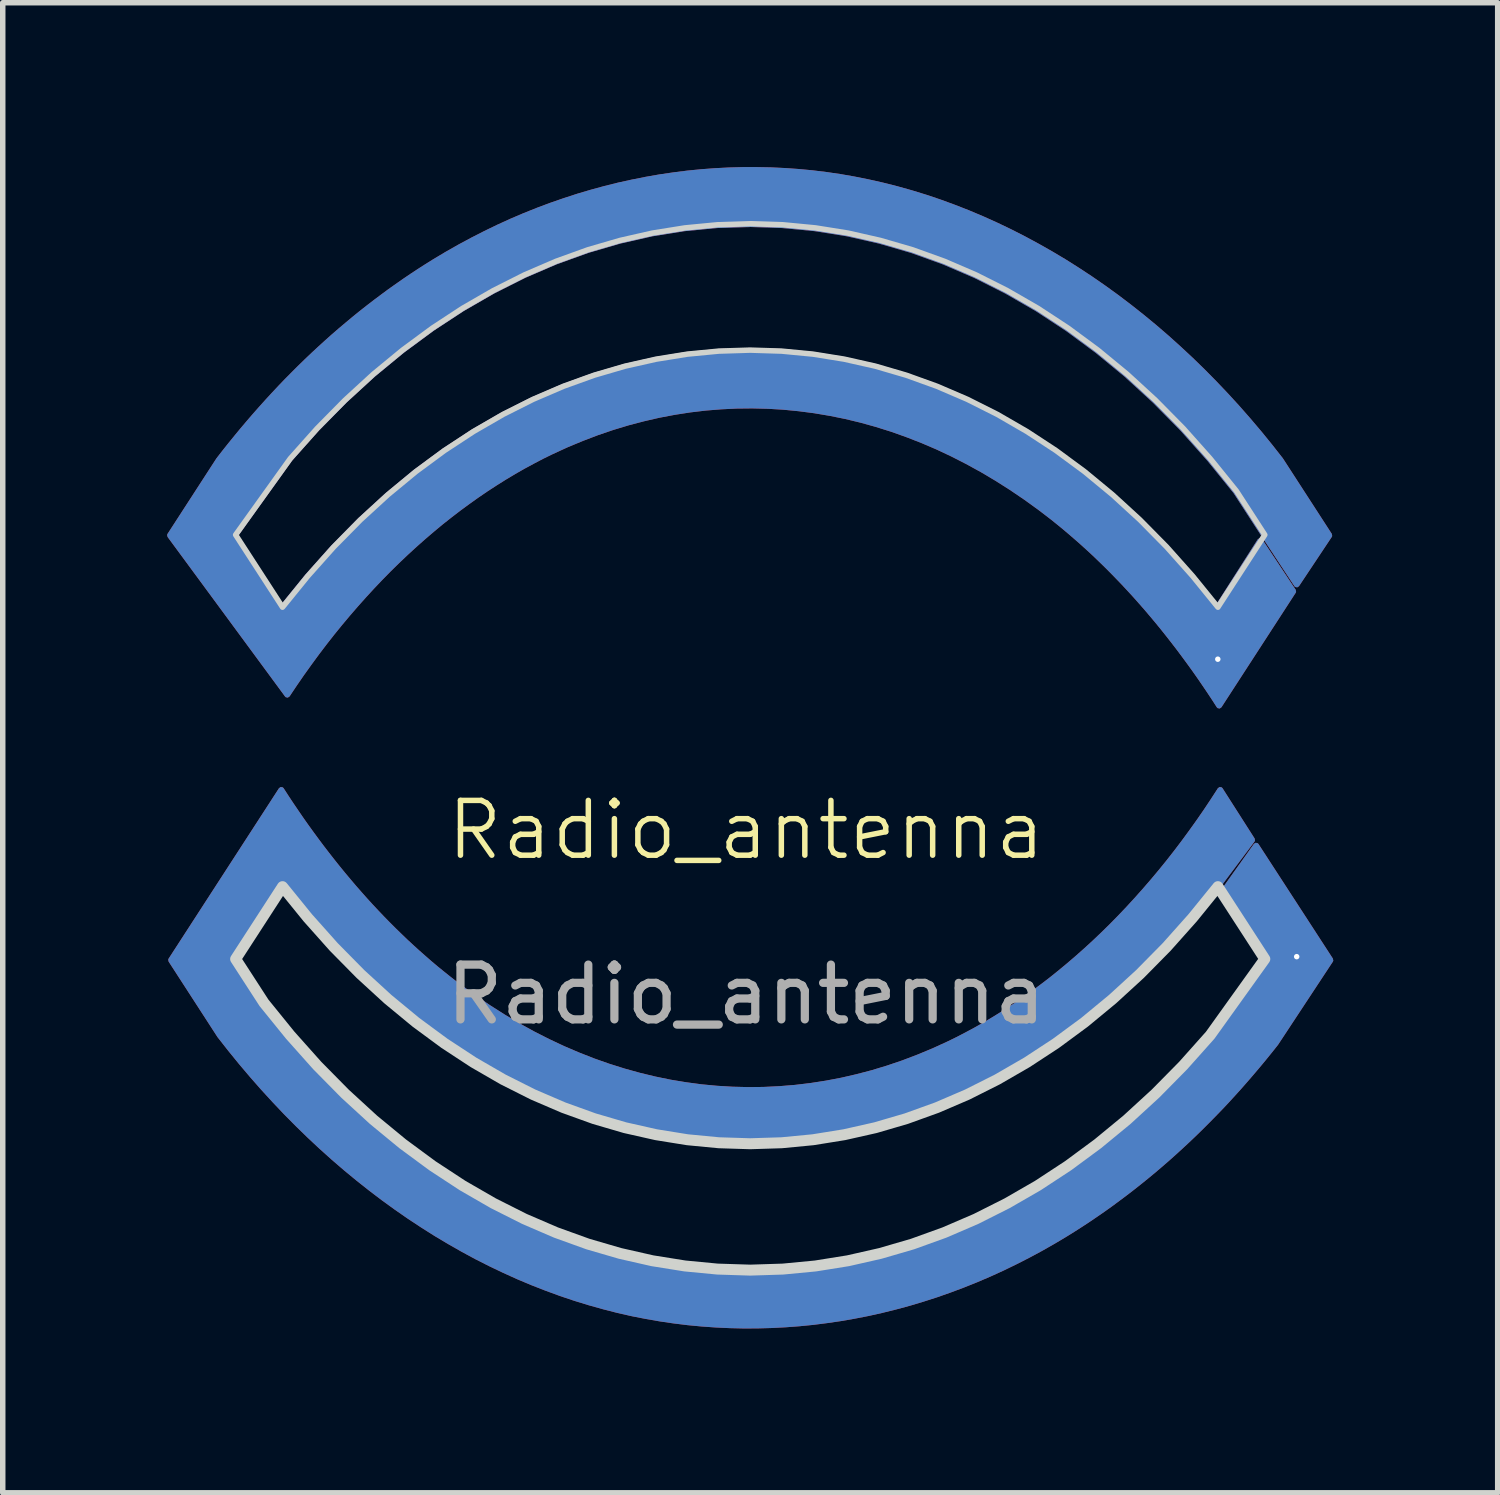
<source format=kicad_pcb>
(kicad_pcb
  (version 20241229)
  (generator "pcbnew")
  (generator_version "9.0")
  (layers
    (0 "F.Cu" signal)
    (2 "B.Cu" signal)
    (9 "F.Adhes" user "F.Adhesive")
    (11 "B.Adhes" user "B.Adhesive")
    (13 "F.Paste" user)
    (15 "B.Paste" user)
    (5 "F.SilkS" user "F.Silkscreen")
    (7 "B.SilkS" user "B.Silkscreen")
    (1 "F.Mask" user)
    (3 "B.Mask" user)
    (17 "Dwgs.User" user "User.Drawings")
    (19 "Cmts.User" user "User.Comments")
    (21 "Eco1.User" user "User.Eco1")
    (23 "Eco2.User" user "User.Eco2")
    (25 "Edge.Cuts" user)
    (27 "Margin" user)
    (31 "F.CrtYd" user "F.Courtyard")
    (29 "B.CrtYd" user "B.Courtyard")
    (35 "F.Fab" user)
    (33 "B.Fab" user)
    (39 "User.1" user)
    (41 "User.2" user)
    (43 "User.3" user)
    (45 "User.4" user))
  (footprint "Radio_antenna"
    (layer "F.Cu")
    (at 10.57 12.603)
    (property "Reference" "Radio_antenna" (at 0 -0.5 0) (unlocked yes) (layer "F.SilkS") (effects (font (size 1 1) (thickness 0.1))))
    (fp_poly (pts (xy -9.319 1.853) (xy -8.801 2.653) (xy -8.322 3.244) (xy -7.829 3.797) (xy -7.322 4.311) (xy -6.802 4.788) (xy -6.27 5.226) (xy -5.728 5.626) (xy -5.176 5.988) (xy -4.614 6.312) (xy -4.046 6.598) (xy -3.47 6.846) (xy -2.888 7.056) (xy -2.301 7.227) (xy -1.711 7.361) (xy -1.117 7.456) (xy -0.522 7.513) (xy 0.074 7.532) (xy 0.671 7.513) (xy 1.266 7.456) (xy 1.86 7.361) (xy 2.45 7.227) (xy 3.037 7.056) (xy 3.619 6.846) (xy 4.195 6.598) (xy 4.763 6.312) (xy 5.325 5.988) (xy 5.877 5.626) (xy 6.419 5.226) (xy 6.951 4.788) (xy 7.471 4.311) (xy 7.978 3.797) (xy 8.471 3.244) (xy 9.468 1.853) (xy 8.612 0.532) (xy 8.151 1.1) (xy 7.677 1.632) (xy 7.189 2.127) (xy 6.689 2.585) (xy 6.178 3.007) (xy 5.656 3.392) (xy 5.125 3.74) (xy 4.585 4.052) (xy 4.038 4.327) (xy 3.484 4.565) (xy 2.924 4.767) (xy 2.36 4.932) (xy 1.792 5.06) (xy 1.221 5.152) (xy 0.648 5.207) (xy 0.074 5.225) (xy -0.499 5.207) (xy -1.072 5.152) (xy -1.643 5.06) (xy -2.211 4.932) (xy -2.775 4.767) (xy -3.335 4.565) (xy -3.889 4.327) (xy -4.436 4.052) (xy -4.976 3.74) (xy -5.507 3.392) (xy -6.029 3.007) (xy -6.54 2.585) (xy -7.04 2.127) (xy -7.528 1.632) (xy -8.002 1.1) (xy -8.463 0.532)) (stroke (width 0.2) (type solid)) (fill no) (layer "Edge.Cuts"))
    (fp_poly (pts (xy 8.612 -4.569) (xy 9.468 -5.89) (xy 8.949 -6.69) (xy 8.471 -7.281) (xy 7.978 -7.834) (xy 7.471 -8.348) (xy 6.951 -8.825) (xy 6.419 -9.263) (xy 5.877 -9.663) (xy 5.325 -10.025) (xy 4.763 -10.349) (xy 4.195 -10.635) (xy 3.619 -10.883) (xy 3.037 -11.093) (xy 2.45 -11.264) (xy 1.86 -11.398) (xy 1.266 -11.493) (xy 0.671 -11.55) (xy 0.074 -11.569) (xy -0.522 -11.55) (xy -1.117 -11.493) (xy -1.711 -11.398) (xy -2.301 -11.264) (xy -2.888 -11.093) (xy -3.47 -10.883) (xy -4.046 -10.635) (xy -4.614 -10.349) (xy -5.176 -10.025) (xy -5.728 -9.663) (xy -6.27 -9.263) (xy -6.802 -8.825) (xy -7.322 -8.348) (xy -7.829 -7.834) (xy -8.322 -7.281) (xy -9.319 -5.89) (xy -8.463 -4.569) (xy -8.002 -5.137) (xy -7.528 -5.669) (xy -7.04 -6.164) (xy -6.54 -6.622) (xy -6.029 -7.044) (xy -5.507 -7.429) (xy -4.976 -7.777) (xy -4.436 -8.089) (xy -3.889 -8.364) (xy -3.335 -8.602) (xy -2.775 -8.804) (xy -2.211 -8.969) (xy -1.643 -9.097) (xy -1.072 -9.189) (xy -0.499 -9.244) (xy 0.074 -9.262) (xy 0.648 -9.244) (xy 1.221 -9.189) (xy 1.792 -9.097) (xy 2.36 -8.969) (xy 2.924 -8.804) (xy 3.484 -8.602) (xy 4.038 -8.364) (xy 4.585 -8.089) (xy 5.125 -7.777) (xy 5.656 -7.429) (xy 6.178 -7.044) (xy 6.689 -6.622) (xy 7.189 -6.164) (xy 7.677 -5.669) (xy 8.151 -5.137)) (stroke (width 0.1) (type solid)) (fill no) (layer "Edge.Cuts"))
    (fp_text user "${REFERENCE}" (at 0 2.5 0) (unlocked yes) (layer "F.Fab") (effects (font (size 1 1) (thickness 0.15))))
    (pad "1" thru_hole custom (at 10.05 1.81) (size 1.004 1.004) (drill 0.1) (layers "*.Cu" "*.Mask") (options (anchor circle)) (primitives (gr_poly (pts (xy -0.74 -2.03) (xy -1.36 -1.16) (xy -0.572 0.063) (xy -1.091 0.863) (xy -1.569 1.454) (xy -2.062 2.007) (xy -2.569 2.521) (xy -3.089 2.998) (xy -3.621 3.436) (xy -4.163 3.836) (xy -4.715 4.198) (xy -5.277 4.522) (xy -5.845 4.808) (xy -6.421 5.056) (xy -7.003 5.266) (xy -7.59 5.437) (xy -8.18 5.571) (xy -8.774 5.666) (xy -9.369 5.723) (xy -9.966 5.742) (xy -10.562 5.723) (xy -11.157 5.666) (xy -11.751 5.571) (xy -12.341 5.437) (xy -12.928 5.266) (xy -13.51 5.056) (xy -14.086 4.808) (xy -14.654 4.522) (xy -15.216 4.198) (xy -15.768 3.836) (xy -16.31 3.436) (xy -16.842 2.998) (xy -17.362 2.521) (xy -17.869 2.007) (xy -18.362 1.454) (xy -18.841 0.863) (xy -19.359 0.063) (xy -18.503 -1.258) (xy -18.042 -0.69) (xy -17.568 -0.158) (xy -17.08 0.337) (xy -16.58 0.795) (xy -16.069 1.217) (xy -15.547 1.602) (xy -15.016 1.95) (xy -14.476 2.262) (xy -13.929 2.537) (xy -13.375 2.775) (xy -12.815 2.977) (xy -12.251 3.142) (xy -11.683 3.27) (xy -11.112 3.362) (xy -10.539 3.417) (xy -9.966 3.435) (xy -9.392 3.417) (xy -8.819 3.362) (xy -8.248 3.27) (xy -7.68 3.142) (xy -7.116 2.977) (xy -6.556 2.775) (xy -6.002 2.537) (xy -5.455 2.262) (xy -4.915 1.95) (xy -4.384 1.602) (xy -3.862 1.217) (xy -3.351 0.795) (xy -2.851 0.337) (xy -2.363 -0.158) (xy -1.889 -0.69) (xy -0.81 -2.13) (xy -1.396 -3.048) (xy -1.525 -2.849) (xy -1.656 -2.652) (xy -1.789 -2.46) (xy -1.925 -2.27) (xy -2.062 -2.083) (xy -2.201 -1.9) (xy -2.342 -1.72) (xy -2.485 -1.544) (xy -2.63 -1.371) (xy -2.777 -1.201) (xy -2.925 -1.035) (xy -3.075 -0.872) (xy -3.226 -0.713) (xy -3.379 -0.557) (xy -3.534 -0.405) (xy -3.69 -0.257) (xy -3.848 -0.112) (xy -4.007 0.029) (xy -4.167 0.166) (xy -4.329 0.3) (xy -4.491 0.43) (xy -4.655 0.555) (xy -4.821 0.677) (xy -4.987 0.795) (xy -5.154 0.909) (xy -5.323 1.019) (xy -5.492 1.125) (xy -5.662 1.227) (xy -5.834 1.325) (xy -6.006 1.418) (xy -6.178 1.508) (xy -6.352 1.593) (xy -6.627 1.719) (xy -6.904 1.834) (xy -7.182 1.94) (xy -7.462 2.035) (xy -7.742 2.12) (xy -8.024 2.194) (xy -8.306 2.259) (xy -8.59 2.313) (xy -8.874 2.357) (xy -9.158 2.391) (xy -9.443 2.414) (xy -9.728 2.428) (xy -10.013 2.431) (xy -10.298 2.424) (xy -10.583 2.407) (xy -10.868 2.38) (xy -11.152 2.342) (xy -11.436 2.295) (xy -11.718 2.237) (xy -12 2.169) (xy -12.281 2.091) (xy -12.561 2.003) (xy -12.84 1.905) (xy -13.117 1.796) (xy -13.393 1.678) (xy -13.667 1.549) (xy -13.939 1.411) (xy -14.209 1.262) (xy -14.477 1.103) (xy -14.743 0.934) (xy -15.007 0.755) (xy -15.268 0.566) (xy -15.381 0.481) (xy -15.494 0.393) (xy -15.606 0.303) (xy -15.718 0.212) (xy -15.828 0.119) (xy -15.938 0.023) (xy -16.048 -0.074) (xy -16.157 -0.173) (xy -16.265 -0.273) (xy -16.372 -0.376) (xy -16.479 -0.48) (xy -16.585 -0.586) (xy -16.691 -0.694) (xy -16.795 -0.803) (xy -16.899 -0.914) (xy -17.002 -1.027) (xy -17.104 -1.142) (xy -17.206 -1.258) (xy -17.306 -1.376) (xy -17.406 -1.495) (xy -17.505 -1.616) (xy -17.603 -1.739) (xy -17.7 -1.863) (xy -17.797 -1.989) (xy -17.892 -2.116) (xy -17.987 -2.245) (xy -18.081 -2.375) (xy -18.174 -2.507) (xy -18.265 -2.64) (xy -18.356 -2.774) (xy -18.446 -2.91) (xy -18.535 -3.048) (xy -20.55 0.063) (xy -19.658 1.441) (xy -19.465 1.687) (xy -19.269 1.928) (xy -19.069 2.164) (xy -18.866 2.395) (xy -18.659 2.621) (xy -18.45 2.842) (xy -18.237 3.057) (xy -18.021 3.267) (xy -17.802 3.472) (xy -17.58 3.671) (xy -17.356 3.864) (xy -17.128 4.052) (xy -16.898 4.234) (xy -16.665 4.411) (xy -16.43 4.581) (xy -16.192 4.746) (xy -15.952 4.904) (xy -15.71 5.057) (xy -15.465 5.203) (xy -15.218 5.344) (xy -14.97 5.478) (xy -14.719 5.605) (xy -14.466 5.726) (xy -14.212 5.841) (xy -13.955 5.949) (xy -13.697 6.05) (xy -13.438 6.145) (xy -13.177 6.233) (xy -12.914 6.314) (xy -12.65 6.388) (xy -12.385 6.456) (xy -12.119 6.516) (xy -11.868 6.565) (xy -11.616 6.609) (xy -11.364 6.646) (xy -11.112 6.677) (xy -10.859 6.701) (xy -10.605 6.719) (xy -10.352 6.731) (xy -10.098 6.737) (xy -9.845 6.736) (xy -9.591 6.729) (xy -9.337 6.716) (xy -9.084 6.697) (xy -8.831 6.672) (xy -8.579 6.64) (xy -8.326 6.603) (xy -8.075 6.559) (xy -7.824 6.51) (xy -7.574 6.454) (xy -7.325 6.392) (xy -7.077 6.325) (xy -6.83 6.251) (xy -6.584 6.172) (xy -6.339 6.086) (xy -6.096 5.995) (xy -5.854 5.898) (xy -5.613 5.795) (xy -5.374 5.686) (xy -5.137 5.571) (xy -4.902 5.451) (xy -4.668 5.325) (xy -4.436 5.193) (xy -4.207 5.056) (xy -4.071 4.971) (xy -3.935 4.884) (xy -3.8 4.795) (xy -3.666 4.704) (xy -3.533 4.612) (xy -3.4 4.517) (xy -3.269 4.42) (xy -3.138 4.322) (xy -3.008 4.222) (xy -2.879 4.12) (xy -2.75 4.016) (xy -2.623 3.911) (xy -2.496 3.803) (xy -2.37 3.694) (xy -2.246 3.583) (xy -2.122 3.47) (xy -1.999 3.356) (xy -1.877 3.24) (xy -1.756 3.122) (xy -1.636 3.002) (xy -1.517 2.881) (xy -1.398 2.758) (xy -1.281 2.634) (xy -1.165 2.507) (xy -1.05 2.38) (xy -0.936 2.25) (xy -0.823 2.119) (xy -0.711 1.987) (xy -0.6 1.853) (xy -0.49 1.717) (xy -0.381 1.58) (xy 0.619 0.063)) (width 0.1) (fill yes))))
    (pad "2" thru_hole custom (at 8.61 -3.62) (size 0.862 0.862) (drill 0.1) (layers "*.Cu" "*.Mask") (options (anchor circle)) (primitives (gr_poly (pts (xy 1.44 -1.36) (xy 0.848 -2.26) (xy 0.329 -3.06) (xy -0.149 -3.651) (xy -0.642 -4.204) (xy -1.149 -4.718) (xy -1.669 -5.195) (xy -2.201 -5.633) (xy -2.743 -6.033) (xy -3.295 -6.395) (xy -3.857 -6.719) (xy -4.425 -7.005) (xy -5.001 -7.253) (xy -5.583 -7.463) (xy -6.17 -7.634) (xy -6.76 -7.768) (xy -7.354 -7.863) (xy -7.949 -7.92) (xy -8.546 -7.939) (xy -9.142 -7.92) (xy -9.737 -7.863) (xy -10.331 -7.768) (xy -10.921 -7.634) (xy -11.508 -7.463) (xy -12.09 -7.253) (xy -12.666 -7.005) (xy -13.234 -6.719) (xy -13.796 -6.395) (xy -14.348 -6.033) (xy -14.89 -5.633) (xy -15.422 -5.195) (xy -15.942 -4.718) (xy -16.449 -4.204) (xy -16.942 -3.651) (xy -17.939 -2.26) (xy -17.083 -0.939) (xy -16.622 -1.507) (xy -16.148 -2.039) (xy -15.66 -2.534) (xy -15.16 -2.992) (xy -14.649 -3.414) (xy -14.127 -3.799) (xy -13.596 -4.147) (xy -13.056 -4.459) (xy -12.509 -4.734) (xy -11.955 -4.972) (xy -11.395 -5.174) (xy -10.831 -5.339) (xy -10.263 -5.467) (xy -9.692 -5.559) (xy -9.119 -5.614) (xy -8.546 -5.632) (xy -7.972 -5.614) (xy -7.399 -5.559) (xy -6.828 -5.467) (xy -6.26 -5.339) (xy -5.696 -5.174) (xy -5.136 -4.972) (xy -4.582 -4.734) (xy -4.035 -4.459) (xy -3.495 -4.147) (xy -2.964 -3.799) (xy -2.442 -3.414) (xy -1.931 -2.992) (xy -1.431 -2.534) (xy -0.943 -2.039) (xy -0.469 -1.507) (xy -0.008 -0.939) (xy 0.77 -2.16) (xy 1.38 -1.24) (xy 0.024 0.851) (xy -0.065 0.713) (xy -0.155 0.577) (xy -0.246 0.443) (xy -0.337 0.31) (xy -0.43 0.178) (xy -0.524 0.048) (xy -0.619 -0.081) (xy -0.714 -0.208) (xy -0.811 -0.334) (xy -0.908 -0.458) (xy -1.006 -0.581) (xy -1.105 -0.702) (xy -1.205 -0.821) (xy -1.305 -0.939) (xy -1.407 -1.055) (xy -1.509 -1.17) (xy -1.612 -1.282) (xy -1.716 -1.394) (xy -1.821 -1.503) (xy -1.926 -1.611) (xy -2.032 -1.717) (xy -2.139 -1.821) (xy -2.246 -1.924) (xy -2.354 -2.024) (xy -2.463 -2.123) (xy -2.573 -2.22) (xy -2.683 -2.315) (xy -2.794 -2.409) (xy -2.905 -2.5) (xy -3.017 -2.59) (xy -3.13 -2.677) (xy -3.243 -2.763) (xy -3.504 -2.952) (xy -3.768 -3.131) (xy -4.034 -3.3) (xy -4.302 -3.459) (xy -4.572 -3.607) (xy -4.844 -3.746) (xy -5.118 -3.875) (xy -5.394 -3.993) (xy -5.671 -4.101) (xy -5.95 -4.2) (xy -6.23 -4.288) (xy -6.511 -4.366) (xy -6.793 -4.434) (xy -7.075 -4.491) (xy -7.359 -4.539) (xy -7.643 -4.576) (xy -7.928 -4.604) (xy -8.213 -4.621) (xy -8.498 -4.628) (xy -8.783 -4.625) (xy -9.068 -4.611) (xy -9.353 -4.588) (xy -9.637 -4.554) (xy -9.921 -4.51) (xy -10.205 -4.456) (xy -10.487 -4.391) (xy -10.769 -4.317) (xy -11.05 -4.232) (xy -11.329 -4.137) (xy -11.607 -4.031) (xy -11.884 -3.916) (xy -12.159 -3.79) (xy -12.333 -3.705) (xy -12.505 -3.615) (xy -12.677 -3.522) (xy -12.849 -3.424) (xy -13.019 -3.322) (xy -13.188 -3.216) (xy -13.357 -3.106) (xy -13.524 -2.992) (xy -13.69 -2.874) (xy -13.856 -2.752) (xy -14.02 -2.626) (xy -14.183 -2.497) (xy -14.344 -2.363) (xy -14.504 -2.226) (xy -14.663 -2.085) (xy -14.821 -1.94) (xy -14.977 -1.792) (xy -15.132 -1.64) (xy -15.285 -1.484) (xy -15.436 -1.325) (xy -15.586 -1.162) (xy -15.734 -0.996) (xy -15.881 -0.826) (xy -16.026 -0.653) (xy -16.169 -0.477) (xy -16.31 -0.297) (xy -16.449 -0.114) (xy -16.586 0.073) (xy -16.722 0.263) (xy -16.855 0.456) (xy -16.986 0.652) (xy -19.13 -2.26) (xy -18.238 -3.638) (xy -18.13 -3.777) (xy -18.021 -3.914) (xy -17.911 -4.049) (xy -17.8 -4.184) (xy -17.688 -4.316) (xy -17.575 -4.447) (xy -17.461 -4.576) (xy -17.346 -4.704) (xy -17.23 -4.83) (xy -17.113 -4.955) (xy -16.995 -5.078) (xy -16.875 -5.199) (xy -16.755 -5.319) (xy -16.634 -5.437) (xy -16.512 -5.553) (xy -16.389 -5.667) (xy -16.265 -5.78) (xy -16.141 -5.891) (xy -16.015 -6) (xy -15.888 -6.107) (xy -15.761 -6.213) (xy -15.633 -6.317) (xy -15.503 -6.419) (xy -15.373 -6.519) (xy -15.242 -6.617) (xy -15.111 -6.714) (xy -14.978 -6.808) (xy -14.845 -6.901) (xy -14.711 -6.992) (xy -14.576 -7.081) (xy -14.44 -7.168) (xy -14.304 -7.253) (xy -14.075 -7.39) (xy -13.843 -7.522) (xy -13.609 -7.648) (xy -13.374 -7.768) (xy -13.137 -7.883) (xy -12.898 -7.992) (xy -12.657 -8.095) (xy -12.415 -8.192) (xy -12.172 -8.283) (xy -11.927 -8.368) (xy -11.681 -8.448) (xy -11.434 -8.521) (xy -11.186 -8.589) (xy -10.937 -8.651) (xy -10.687 -8.706) (xy -10.436 -8.756) (xy -10.185 -8.8) (xy -9.932 -8.837) (xy -9.68 -8.869) (xy -9.427 -8.894) (xy -9.174 -8.913) (xy -8.92 -8.926) (xy -8.666 -8.933) (xy -8.413 -8.933) (xy -8.159 -8.928) (xy -7.906 -8.916) (xy -7.652 -8.898) (xy -7.399 -8.874) (xy -7.147 -8.843) (xy -6.895 -8.806) (xy -6.643 -8.762) (xy -6.393 -8.712) (xy -6.126 -8.652) (xy -5.861 -8.585) (xy -5.597 -8.511) (xy -5.334 -8.43) (xy -5.073 -8.342) (xy -4.814 -8.247) (xy -4.556 -8.146) (xy -4.3 -8.038) (xy -4.045 -7.923) (xy -3.792 -7.802) (xy -3.541 -7.674) (xy -3.293 -7.54) (xy -3.046 -7.4) (xy -2.801 -7.254) (xy -2.559 -7.101) (xy -2.319 -6.943) (xy -2.081 -6.778) (xy -1.846 -6.608) (xy -1.613 -6.431) (xy -1.383 -6.249) (xy -1.155 -6.061) (xy -0.931 -5.868) (xy -0.709 -5.668) (xy -0.49 -5.464) (xy -0.274 -5.254) (xy -0.061 -5.038) (xy 0.148 -4.818) (xy 0.355 -4.592) (xy 0.558 -4.361) (xy 0.758 -4.125) (xy 0.954 -3.884) (xy 1.147 -3.638) (xy 2.039 -2.26)) (width 0.1) (fill yes)))))
  (gr_rect
    (start -3 -3)
    (end 24.289 24.2)
    (stroke (width 0.1) (type default))
    (fill no)
    (layer "Edge.Cuts")))
</source>
